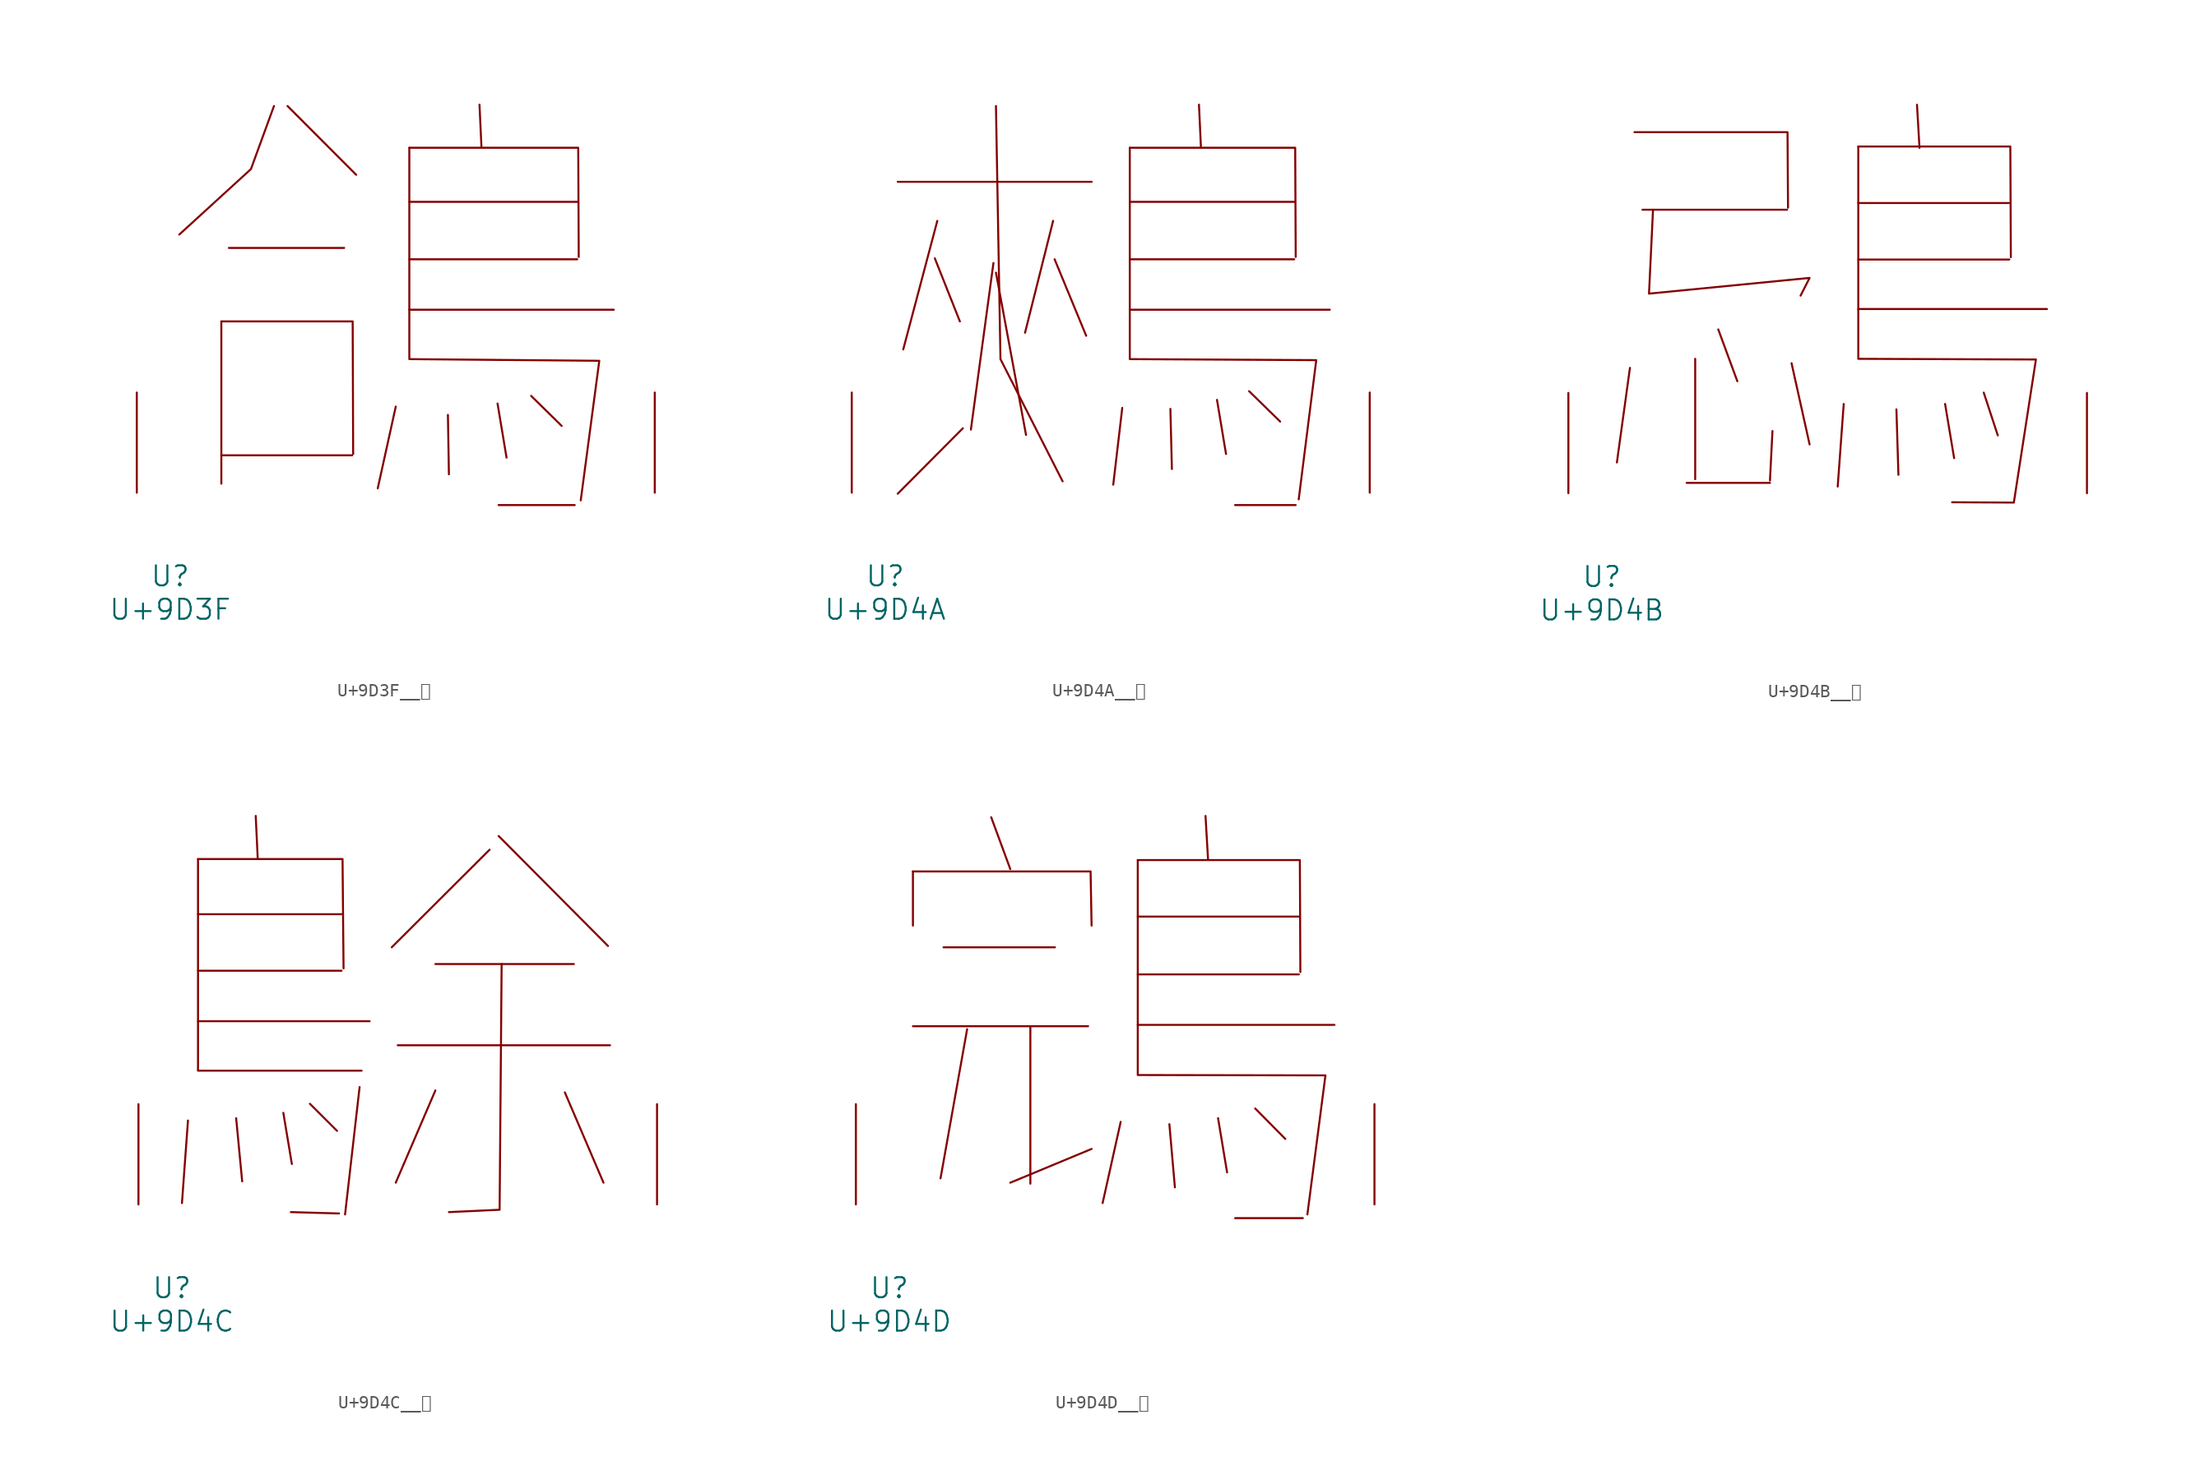
<source format=kicad_sym>
(kicad_symbol_lib
  (version 20231120)
  (generator "kicad_symbol_editor")
  (generator_version "8.0")
  (symbol "U+9D3F__鴿"
    (pin_names
      (offset 1.016))
    (property "Reference" "U"
      (at 0 -6.35 0)
      (effects (font (size 1.524 1.524))))
    (property "Value" "U+9D3F"
      (at 0 -8.89 0)
      (effects (font (size 1.524 1.524))))
    (symbol "U+9D3F__鴿_0_1"
      (polyline (pts (xy 3.886 2.845) (xy 13.83 2.845)) (stroke (width 0) (type solid)) (fill (type none)))
      (polyline (pts (xy 3.886 13.03) (xy 3.886 0.686)) (stroke (width 0) (type solid)) (fill (type none)))
      (polyline (pts (xy 4.458 18.618) (xy 13.221 18.618)) (stroke (width 0) (type solid)) (fill (type none)))
      (polyline (pts (xy 8.915 29.413) (xy 14.135 24.181)) (stroke (width 0) (type solid)) (fill (type none)))
      (polyline (pts (xy 17.145 6.553) (xy 15.773 0.33)) (stroke (width 0) (type solid)) (fill (type none)))
      (polyline (pts (xy 18.174 13.919) (xy 33.718 13.919)) (stroke (width 0) (type solid)) (fill (type none)))
      (polyline (pts (xy 18.174 17.755) (xy 30.937 17.755)) (stroke (width 0) (type solid)) (fill (type none)))
      (polyline (pts (xy 18.174 22.123) (xy 30.937 22.123)) (stroke (width 0) (type solid)) (fill (type none)))
      (polyline (pts (xy 21.107 5.918) (xy 21.184 1.397)) (stroke (width 0) (type solid)) (fill (type none)))
      (polyline (pts (xy 23.508 29.515) (xy 23.66 26.238)) (stroke (width 0) (type solid)) (fill (type none)))
      (polyline (pts (xy 24.879 6.782) (xy 25.565 2.667)) (stroke (width 0) (type solid)) (fill (type none)))
      (polyline (pts (xy 24.956 -0.94) (xy 30.747 -0.94)) (stroke (width 0) (type solid)) (fill (type none)))
      (polyline (pts (xy 27.432 7.366) (xy 29.756 5.08)) (stroke (width 0) (type solid)) (fill (type none)))
      (polyline (pts (xy 3.886 13.03) (xy 13.868 13.03) (xy 13.906 2.946)) (stroke (width 0) (type solid)) (fill (type none)))
      (polyline (pts (xy 7.887 29.413) (xy 6.134 24.613) (xy 0.686 19.634)) (stroke (width 0) (type solid)) (fill (type none)))
      (polyline (pts (xy 18.174 26.238) (xy 31.013 26.238) (xy 31.052 17.932)) (stroke (width 0) (type solid)) (fill (type none)))
      (polyline (pts (xy 18.174 26.238) (xy 18.174 10.16) (xy 32.614 10.033) (xy 31.204 -0.584)) (stroke (width 0) (type solid)) (fill (type none)))
      (pin input line (at -2.54 0 90) (length 7.62) (name "~" (effects (font (size 1.27 1.27)))) (number "~" (effects (font (size 1.27 1.27)))))
      (pin input line (at 36.83 0 90) (length 7.62) (name "~" (effects (font (size 1.27 1.27)))) (number "~" (effects (font (size 1.27 1.27)))))))
  (symbol "U+9D4A__鵊"
    (pin_names
      (offset 1.016))
    (property "Reference" "U"
      (at 0 -6.35 0)
      (effects (font (size 1.524 1.524))))
    (property "Value" "U+9D4A"
      (at 0 -8.89 0)
      (effects (font (size 1.524 1.524))))
    (symbol "U+9D4A__鵊_0_1"
      (polyline (pts (xy 0.953 23.647) (xy 15.697 23.647)) (stroke (width 0) (type solid)) (fill (type none)))
      (polyline (pts (xy 3.772 17.831) (xy 5.677 13.03)) (stroke (width 0) (type solid)) (fill (type none)))
      (polyline (pts (xy 3.962 20.676) (xy 1.372 10.897)) (stroke (width 0) (type solid)) (fill (type none)))
      (polyline (pts (xy 5.905 4.902) (xy 0.953 -0.076)) (stroke (width 0) (type solid)) (fill (type none)))
      (polyline (pts (xy 8.23 17.475) (xy 6.515 4.801)) (stroke (width 0) (type solid)) (fill (type none)))
      (polyline (pts (xy 8.42 16.739) (xy 10.706 4.394)) (stroke (width 0) (type solid)) (fill (type none)))
      (polyline (pts (xy 12.764 20.676) (xy 10.63 12.167)) (stroke (width 0) (type solid)) (fill (type none)))
      (polyline (pts (xy 12.878 17.755) (xy 15.278 11.938)) (stroke (width 0) (type solid)) (fill (type none)))
      (polyline (pts (xy 18.021 6.452) (xy 17.335 0.61)) (stroke (width 0) (type solid)) (fill (type none)))
      (polyline (pts (xy 18.593 13.919) (xy 33.795 13.919)) (stroke (width 0) (type solid)) (fill (type none)))
      (polyline (pts (xy 18.593 17.755) (xy 31.09 17.755)) (stroke (width 0) (type solid)) (fill (type none)))
      (polyline (pts (xy 18.593 22.123) (xy 31.09 22.123)) (stroke (width 0) (type solid)) (fill (type none)))
      (polyline (pts (xy 21.679 6.375) (xy 21.793 1.803)) (stroke (width 0) (type solid)) (fill (type none)))
      (polyline (pts (xy 23.851 29.515) (xy 24.003 26.238)) (stroke (width 0) (type solid)) (fill (type none)))
      (polyline (pts (xy 25.222 7.061) (xy 25.908 2.946)) (stroke (width 0) (type solid)) (fill (type none)))
      (polyline (pts (xy 26.594 -0.94) (xy 31.204 -0.94)) (stroke (width 0) (type solid)) (fill (type none)))
      (polyline (pts (xy 27.661 7.722) (xy 30.023 5.41)) (stroke (width 0) (type solid)) (fill (type none)))
      (polyline (pts (xy 8.42 29.413) (xy 8.763 10.16) (xy 13.487 0.864)) (stroke (width 0) (type solid)) (fill (type none)))
      (polyline (pts (xy 18.593 26.238) (xy 31.166 26.238) (xy 31.204 17.932)) (stroke (width 0) (type solid)) (fill (type none)))
      (polyline (pts (xy 18.593 26.238) (xy 18.593 10.16) (xy 32.766 10.084) (xy 31.433 -0.508)) (stroke (width 0) (type solid)) (fill (type none)))
      (pin input line (at -2.54 0 90) (length 7.62) (name "~" (effects (font (size 1.27 1.27)))) (number "~" (effects (font (size 1.27 1.27)))))
      (pin input line (at 36.83 0 90) (length 7.62) (name "~" (effects (font (size 1.27 1.27)))) (number "~" (effects (font (size 1.27 1.27)))))))
  (symbol "U+9D4B__鵋"
    (pin_names
      (offset 1.016))
    (property "Reference" "U"
      (at 0 -6.35 0)
      (effects (font (size 1.524 1.524))))
    (property "Value" "U+9D4B"
      (at 0 -8.89 0)
      (effects (font (size 1.524 1.524))))
    (symbol "U+9D4B__鵋_0_1"
      (polyline (pts (xy 2.134 9.525) (xy 1.143 2.337)) (stroke (width 0) (type solid)) (fill (type none)))
      (polyline (pts (xy 3.086 21.539) (xy 14.059 21.539)) (stroke (width 0) (type solid)) (fill (type none)))
      (polyline (pts (xy 6.439 0.787) (xy 12.764 0.787)) (stroke (width 0) (type solid)) (fill (type none)))
      (polyline (pts (xy 7.087 10.211) (xy 7.087 1.067)) (stroke (width 0) (type solid)) (fill (type none)))
      (polyline (pts (xy 8.839 12.446) (xy 10.287 8.509)) (stroke (width 0) (type solid)) (fill (type none)))
      (polyline (pts (xy 12.954 4.724) (xy 12.764 0.965)) (stroke (width 0) (type solid)) (fill (type none)))
      (polyline (pts (xy 14.402 9.881) (xy 15.773 3.708)) (stroke (width 0) (type solid)) (fill (type none)))
      (polyline (pts (xy 18.364 6.782) (xy 17.907 0.508)) (stroke (width 0) (type solid)) (fill (type none)))
      (polyline (pts (xy 19.469 13.995) (xy 33.795 13.995)) (stroke (width 0) (type solid)) (fill (type none)))
      (polyline (pts (xy 19.469 17.755) (xy 30.937 17.755)) (stroke (width 0) (type solid)) (fill (type none)))
      (polyline (pts (xy 19.469 22.047) (xy 30.937 22.047)) (stroke (width 0) (type solid)) (fill (type none)))
      (polyline (pts (xy 22.365 6.375) (xy 22.517 1.397)) (stroke (width 0) (type solid)) (fill (type none)))
      (polyline (pts (xy 23.927 29.515) (xy 24.117 26.238)) (stroke (width 0) (type solid)) (fill (type none)))
      (polyline (pts (xy 26.06 6.782) (xy 26.746 2.667)) (stroke (width 0) (type solid)) (fill (type none)))
      (polyline (pts (xy 28.994 7.645) (xy 30.061 4.394)) (stroke (width 0) (type solid)) (fill (type none)))
      (polyline (pts (xy 2.477 27.432) (xy 14.097 27.432) (xy 14.135 21.692)) (stroke (width 0) (type solid)) (fill (type none)))
      (polyline (pts (xy 19.469 26.34) (xy 31.013 26.34) (xy 31.052 17.932)) (stroke (width 0) (type solid)) (fill (type none)))
      (polyline (pts (xy 3.886 21.539) (xy 3.581 15.164) (xy 15.773 16.358) (xy 15.088 15.011)) (stroke (width 0) (type solid)) (fill (type none)))
      (polyline (pts (xy 19.469 26.34) (xy 19.469 10.211) (xy 32.956 10.16) (xy 31.28 -0.711) (xy 26.594 -0.686)) (stroke (width 0) (type solid)) (fill (type none)))
      (pin input line (at -2.54 0 90) (length 7.62) (name "~" (effects (font (size 1.27 1.27)))) (number "~" (effects (font (size 1.27 1.27)))))
      (pin input line (at 36.83 0 90) (length 7.62) (name "~" (effects (font (size 1.27 1.27)))) (number "~" (effects (font (size 1.27 1.27)))))))
  (symbol "U+9D4C__鵌"
    (pin_names
      (offset 1.016))
    (property "Reference" "U"
      (at 0 -6.35 0)
      (effects (font (size 1.524 1.524))))
    (property "Value" "U+9D4C"
      (at 0 -8.89 0)
      (effects (font (size 1.524 1.524))))
    (symbol "U+9D4C__鵌_0_1"
      (polyline (pts (xy 1.219 6.375) (xy 0.762 0.102)) (stroke (width 0) (type solid)) (fill (type none)))
      (polyline (pts (xy 1.981 10.16) (xy 14.402 10.16)) (stroke (width 0) (type solid)) (fill (type none)))
      (polyline (pts (xy 1.981 13.919) (xy 15.011 13.919)) (stroke (width 0) (type solid)) (fill (type none)))
      (polyline (pts (xy 1.981 17.755) (xy 12.878 17.755)) (stroke (width 0) (type solid)) (fill (type none)))
      (polyline (pts (xy 1.981 22.047) (xy 12.878 22.047)) (stroke (width 0) (type solid)) (fill (type none)))
      (polyline (pts (xy 1.981 26.238) (xy 1.981 10.211)) (stroke (width 0) (type solid)) (fill (type none)))
      (polyline (pts (xy 4.877 6.553) (xy 5.334 1.753)) (stroke (width 0) (type solid)) (fill (type none)))
      (polyline (pts (xy 6.363 29.515) (xy 6.515 26.238)) (stroke (width 0) (type solid)) (fill (type none)))
      (polyline (pts (xy 8.458 6.96) (xy 9.106 3.073)) (stroke (width 0) (type solid)) (fill (type none)))
      (polyline (pts (xy 10.477 7.645) (xy 12.535 5.588)) (stroke (width 0) (type solid)) (fill (type none)))
      (polyline (pts (xy 12.687 -0.686) (xy 9.03 -0.584)) (stroke (width 0) (type solid)) (fill (type none)))
      (polyline (pts (xy 14.249 8.915) (xy 13.145 -0.762)) (stroke (width 0) (type solid)) (fill (type none)))
      (polyline (pts (xy 17.145 12.09) (xy 33.261 12.09)) (stroke (width 0) (type solid)) (fill (type none)))
      (polyline (pts (xy 20.003 8.661) (xy 16.993 1.651)) (stroke (width 0) (type solid)) (fill (type none)))
      (polyline (pts (xy 20.003 18.263) (xy 30.518 18.263)) (stroke (width 0) (type solid)) (fill (type none)))
      (polyline (pts (xy 24.117 26.949) (xy 16.688 19.533)) (stroke (width 0) (type solid)) (fill (type none)))
      (polyline (pts (xy 24.803 27.991) (xy 33.109 19.634)) (stroke (width 0) (type solid)) (fill (type none)))
      (polyline (pts (xy 29.832 8.509) (xy 32.766 1.651)) (stroke (width 0) (type solid)) (fill (type none)))
      (polyline (pts (xy 1.981 26.238) (xy 12.954 26.238) (xy 13.03 17.932)) (stroke (width 0) (type solid)) (fill (type none)))
      (polyline (pts (xy 25.032 18.263) (xy 24.879 -0.406) (xy 21.031 -0.584)) (stroke (width 0) (type solid)) (fill (type none)))
      (pin input line (at -2.54 0 90) (length 7.62) (name "~" (effects (font (size 1.27 1.27)))) (number "~" (effects (font (size 1.27 1.27)))))
      (pin input line (at 36.83 0 90) (length 7.62) (name "~" (effects (font (size 1.27 1.27)))) (number "~" (effects (font (size 1.27 1.27)))))))
  (symbol "U+9D4D__鵍"
    (pin_names
      (offset 1.016))
    (property "Reference" "U"
      (at 0 -6.35 0)
      (effects (font (size 1.524 1.524))))
    (property "Value" "U+9D4D"
      (at 0 -8.89 0)
      (effects (font (size 1.524 1.524))))
    (symbol "U+9D4D__鵍_0_1"
      (polyline (pts (xy 1.791 13.538) (xy 15.088 13.538)) (stroke (width 0) (type solid)) (fill (type none)))
      (polyline (pts (xy 1.791 25.298) (xy 1.791 21.184)) (stroke (width 0) (type solid)) (fill (type none)))
      (polyline (pts (xy 4.115 19.533) (xy 12.573 19.533)) (stroke (width 0) (type solid)) (fill (type none)))
      (polyline (pts (xy 5.905 13.31) (xy 3.886 1.981)) (stroke (width 0) (type solid)) (fill (type none)))
      (polyline (pts (xy 7.734 29.413) (xy 9.182 25.476)) (stroke (width 0) (type solid)) (fill (type none)))
      (polyline (pts (xy 10.706 13.538) (xy 10.706 1.575)) (stroke (width 0) (type solid)) (fill (type none)))
      (polyline (pts (xy 15.354 4.216) (xy 9.182 1.651)) (stroke (width 0) (type solid)) (fill (type none)))
      (polyline (pts (xy 17.564 6.274) (xy 16.192 0.102)) (stroke (width 0) (type solid)) (fill (type none)))
      (polyline (pts (xy 18.86 13.64) (xy 33.795 13.64)) (stroke (width 0) (type solid)) (fill (type none)))
      (polyline (pts (xy 18.86 17.475) (xy 31.09 17.475)) (stroke (width 0) (type solid)) (fill (type none)))
      (polyline (pts (xy 18.86 21.869) (xy 31.09 21.869)) (stroke (width 0) (type solid)) (fill (type none)))
      (polyline (pts (xy 21.26 6.096) (xy 21.679 1.295)) (stroke (width 0) (type solid)) (fill (type none)))
      (polyline (pts (xy 24.003 29.515) (xy 24.194 26.238)) (stroke (width 0) (type solid)) (fill (type none)))
      (polyline (pts (xy 24.956 6.553) (xy 25.641 2.438)) (stroke (width 0) (type solid)) (fill (type none)))
      (polyline (pts (xy 26.251 -1.041) (xy 31.394 -1.041)) (stroke (width 0) (type solid)) (fill (type none)))
      (polyline (pts (xy 27.775 7.29) (xy 30.061 4.978)) (stroke (width 0) (type solid)) (fill (type none)))
      (polyline (pts (xy 1.791 25.298) (xy 15.278 25.298) (xy 15.354 21.184)) (stroke (width 0) (type solid)) (fill (type none)))
      (polyline (pts (xy 18.86 26.162) (xy 31.166 26.162) (xy 31.204 17.653)) (stroke (width 0) (type solid)) (fill (type none)))
      (polyline (pts (xy 18.86 26.162) (xy 18.86 9.83) (xy 33.109 9.804) (xy 31.737 -0.762)) (stroke (width 0) (type solid)) (fill (type none)))
      (pin input line (at -2.54 0 90) (length 7.62) (name "~" (effects (font (size 1.27 1.27)))) (number "~" (effects (font (size 1.27 1.27)))))
      (pin input line (at 36.83 0 90) (length 7.62) (name "~" (effects (font (size 1.27 1.27)))) (number "~" (effects (font (size 1.27 1.27))))))))
</source>
